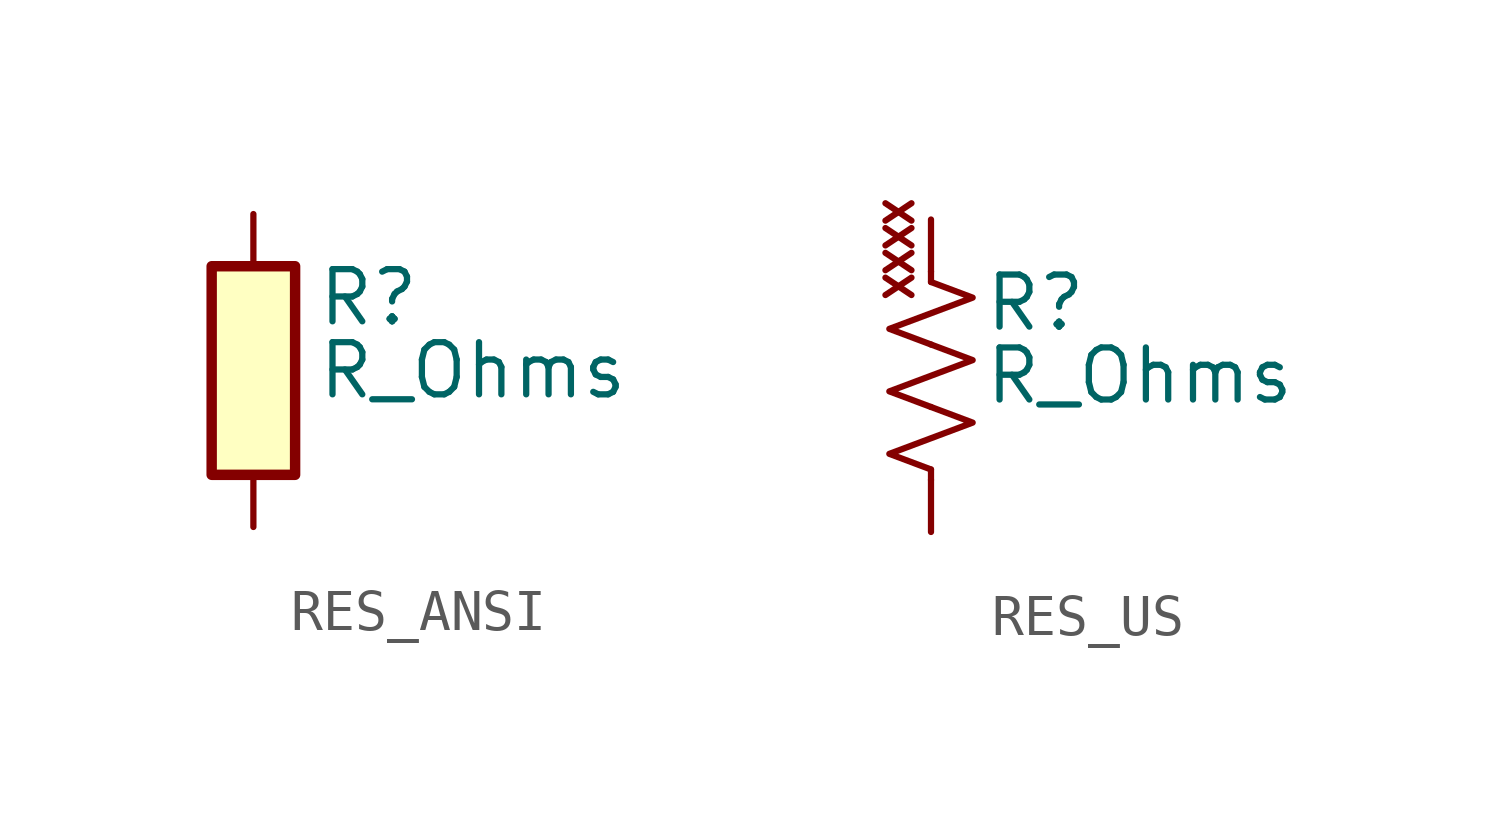
<source format=kicad_sym>
(kicad_symbol_lib
  (version 20241209)
  (generator "kicad_symbol_editor")
  (generator_version "9.0")
  (symbol "RES_ANSI"
    (pin_numbers
      (hide yes))
    (pin_names
      (offset 0.254))
    (property "Reference" "R"
      (at 1.524 1.778 0)
      (effects (font (size 1.27 1.27)) (justify left)))
    (property "Value" "R_Ohms"
      (at 1.524 0 0)
      (effects (font (size 1.27 1.27)) (justify left)))
    (symbol "RES_ANSI_1_1"
      (rectangle (start -1.016 2.54) (end 1.016 -2.54) (stroke (width 0.254) (type default)) (fill (type background)))
      (pin passive line (at 0 3.81 270) (length 1.27) (name "~" (effects (font (size 1.27 1.27)))) (number "1" (effects (font (size 1.27 1.27)))))
      (pin passive line (at 0 -3.81 90) (length 1.27) (name "~" (effects (font (size 1.27 1.27)))) (number "2" (effects (font (size 1.27 1.27)))))))
  (symbol "RES_US"
    (pin_numbers
      (hide yes))
    (pin_names
      (offset 0))
    (property "Reference" "R"
      (at 1.27 1.778 0)
      (effects (font (size 1.27 1.27)) (justify left)))
    (property "Value" "R_Ohms"
      (at 1.27 0 0)
      (effects (font (size 1.27 1.27)) (justify left)))
    (property "Package" "XXXX"
      (at -0.762 1.778 90)
      (do_not_autoplace)
      (effects (font (size 0.635 0.635) (color 132 0 0 1)) (justify left)))
    (symbol "RES_US_0_1"
      (polyline (pts (xy 0 2.286) (xy 0 2.54)) (stroke (width 0) (type default)) (fill (type none)))
      (polyline (pts (xy 0 2.286) (xy 1.016 1.905) (xy 0 1.524) (xy -1.016 1.143) (xy 0 0.762)) (stroke (width 0) (type default)) (fill (type none)))
      (polyline (pts (xy 0 0.762) (xy 1.016 0.381) (xy 0 0) (xy -1.016 -0.381) (xy 0 -0.762)) (stroke (width 0) (type default)) (fill (type none)))
      (polyline (pts (xy 0 -0.762) (xy 1.016 -1.143) (xy 0 -1.524) (xy -1.016 -1.905) (xy 0 -2.286)) (stroke (width 0) (type default)) (fill (type none)))
      (polyline (pts (xy 0 -2.286) (xy 0 -2.54)) (stroke (width 0) (type default)) (fill (type none))))
    (symbol "RES_US_1_1"
      (pin passive line (at 0 3.81 270) (length 1.27) (name "~" (effects (font (size 1.27 1.27)))) (number "1" (effects (font (size 1.27 1.27)))))
      (pin passive line (at 0 -3.81 90) (length 1.27) (name "~" (effects (font (size 1.27 1.27)))) (number "2" (effects (font (size 1.27 1.27))))))))
</source>
